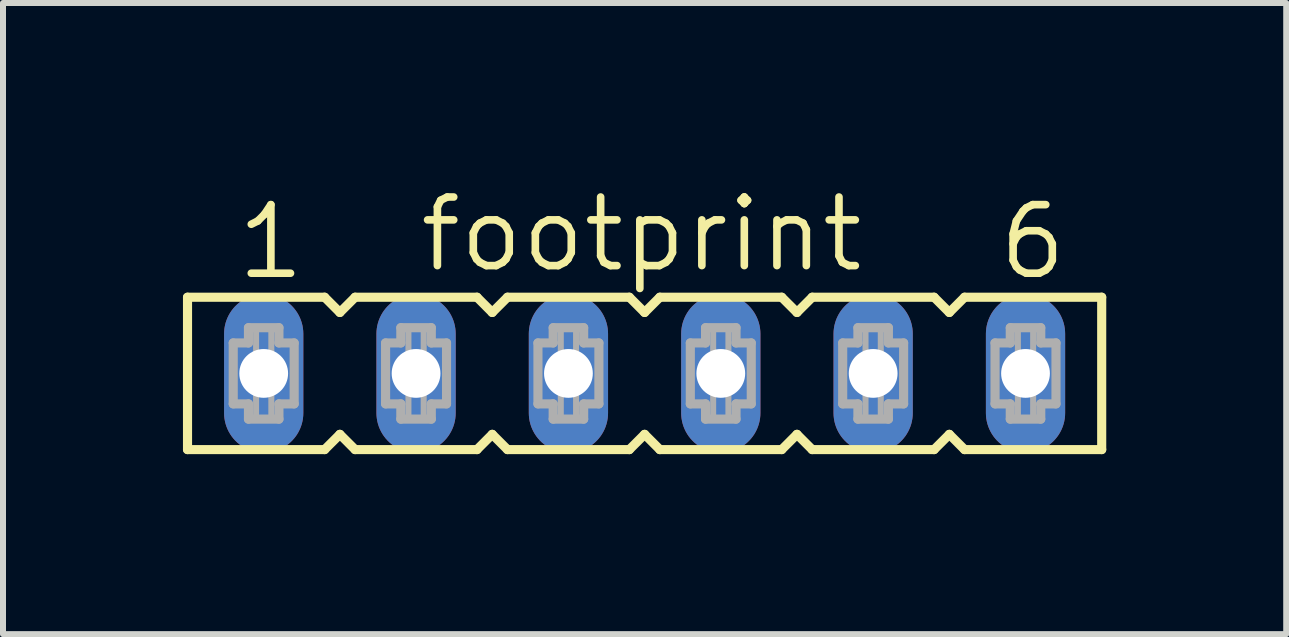
<source format=kicad_pcb>
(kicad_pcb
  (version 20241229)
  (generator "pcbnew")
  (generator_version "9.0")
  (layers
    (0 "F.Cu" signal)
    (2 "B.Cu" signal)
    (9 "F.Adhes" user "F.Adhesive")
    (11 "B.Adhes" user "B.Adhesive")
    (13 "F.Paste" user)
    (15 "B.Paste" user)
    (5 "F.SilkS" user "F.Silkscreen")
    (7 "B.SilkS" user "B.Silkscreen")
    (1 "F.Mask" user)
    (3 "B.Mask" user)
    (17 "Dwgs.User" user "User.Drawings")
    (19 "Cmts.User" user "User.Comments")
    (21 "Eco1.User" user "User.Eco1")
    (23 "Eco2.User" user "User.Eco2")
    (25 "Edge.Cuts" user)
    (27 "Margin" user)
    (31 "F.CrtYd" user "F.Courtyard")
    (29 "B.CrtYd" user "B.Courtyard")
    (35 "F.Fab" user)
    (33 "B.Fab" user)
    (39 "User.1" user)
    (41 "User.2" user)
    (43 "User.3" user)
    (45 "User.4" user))
  (footprint "footprint"
    (layer "F.Cu")
    (at 7.696 3.175)
    (property "Reference" "footprint" (at -3.81 -1.651 0) (layer "F.SilkS") (effects (font (size 1.143 1.143) (thickness 0.127)) (justify left bottom)))
    (fp_line (start -7.62 -1.27) (end -7.62 1.27) (stroke (width 0.152) (type solid)) (layer "F.SilkS"))
    (fp_line (start -7.62 1.27) (end -5.334 1.27) (stroke (width 0.152) (type solid)) (layer "F.SilkS"))
    (fp_line (start -5.334 -1.27) (end -7.62 -1.27) (stroke (width 0.152) (type solid)) (layer "F.SilkS"))
    (fp_line (start -5.334 1.27) (end -5.08 1.016) (stroke (width 0.152) (type solid)) (layer "F.SilkS"))
    (fp_line (start -5.08 -1.016) (end -5.334 -1.27) (stroke (width 0.152) (type solid)) (layer "F.SilkS"))
    (fp_line (start -5.08 1.016) (end -4.826 1.27) (stroke (width 0.152) (type solid)) (layer "F.SilkS"))
    (fp_line (start -4.826 -1.27) (end -5.08 -1.016) (stroke (width 0.152) (type solid)) (layer "F.SilkS"))
    (fp_line (start -4.826 1.27) (end -2.794 1.27) (stroke (width 0.152) (type solid)) (layer "F.SilkS"))
    (fp_line (start -2.794 -1.27) (end -4.826 -1.27) (stroke (width 0.152) (type solid)) (layer "F.SilkS"))
    (fp_line (start -2.794 1.27) (end -2.54 1.016) (stroke (width 0.152) (type solid)) (layer "F.SilkS"))
    (fp_line (start -2.54 -1.016) (end -2.794 -1.27) (stroke (width 0.152) (type solid)) (layer "F.SilkS"))
    (fp_line (start -2.54 1.016) (end -2.286 1.27) (stroke (width 0.152) (type solid)) (layer "F.SilkS"))
    (fp_line (start -2.286 -1.27) (end -2.54 -1.016) (stroke (width 0.152) (type solid)) (layer "F.SilkS"))
    (fp_line (start -2.286 1.27) (end -0.254 1.27) (stroke (width 0.152) (type solid)) (layer "F.SilkS"))
    (fp_line (start -0.254 -1.27) (end -2.286 -1.27) (stroke (width 0.152) (type solid)) (layer "F.SilkS"))
    (fp_line (start -0.254 1.27) (end 0 1.016) (stroke (width 0.152) (type solid)) (layer "F.SilkS"))
    (fp_line (start 0 -1.016) (end -0.254 -1.27) (stroke (width 0.152) (type solid)) (layer "F.SilkS"))
    (fp_line (start 0 1.016) (end 0.254 1.27) (stroke (width 0.152) (type solid)) (layer "F.SilkS"))
    (fp_line (start 0.254 -1.27) (end 0 -1.016) (stroke (width 0.152) (type solid)) (layer "F.SilkS"))
    (fp_line (start 0.254 1.27) (end 2.286 1.27) (stroke (width 0.152) (type solid)) (layer "F.SilkS"))
    (fp_line (start 2.286 -1.27) (end 0.254 -1.27) (stroke (width 0.152) (type solid)) (layer "F.SilkS"))
    (fp_line (start 2.286 1.27) (end 2.54 1.016) (stroke (width 0.152) (type solid)) (layer "F.SilkS"))
    (fp_line (start 2.54 -1.016) (end 2.286 -1.27) (stroke (width 0.152) (type solid)) (layer "F.SilkS"))
    (fp_line (start 2.54 1.016) (end 2.794 1.27) (stroke (width 0.152) (type solid)) (layer "F.SilkS"))
    (fp_line (start 2.794 -1.27) (end 2.54 -1.016) (stroke (width 0.152) (type solid)) (layer "F.SilkS"))
    (fp_line (start 2.794 1.27) (end 4.826 1.27) (stroke (width 0.152) (type solid)) (layer "F.SilkS"))
    (fp_line (start 4.826 -1.27) (end 2.794 -1.27) (stroke (width 0.152) (type solid)) (layer "F.SilkS"))
    (fp_line (start 4.826 1.27) (end 5.08 1.016) (stroke (width 0.152) (type solid)) (layer "F.SilkS"))
    (fp_line (start 5.08 -1.016) (end 4.826 -1.27) (stroke (width 0.152) (type solid)) (layer "F.SilkS"))
    (fp_line (start 5.08 1.016) (end 5.334 1.27) (stroke (width 0.152) (type solid)) (layer "F.SilkS"))
    (fp_line (start 5.334 -1.27) (end 5.08 -1.016) (stroke (width 0.152) (type solid)) (layer "F.SilkS"))
    (fp_line (start 5.334 1.27) (end 7.62 1.27) (stroke (width 0.152) (type solid)) (layer "F.SilkS"))
    (fp_line (start 7.62 -1.27) (end 5.334 -1.27) (stroke (width 0.152) (type solid)) (layer "F.SilkS"))
    (fp_line (start 7.62 1.27) (end 7.62 -1.27) (stroke (width 0.152) (type solid)) (layer "F.SilkS"))
    (fp_line (start -6.858 -0.508) (end -6.858 0.508) (stroke (width 0.152) (type solid)) (layer "F.Fab"))
    (fp_line (start -6.858 0.508) (end -6.604 0.508) (stroke (width 0.152) (type solid)) (layer "F.Fab"))
    (fp_line (start -6.604 -0.762) (end -6.604 -0.508) (stroke (width 0.152) (type solid)) (layer "F.Fab"))
    (fp_line (start -6.604 -0.508) (end -6.858 -0.508) (stroke (width 0.152) (type solid)) (layer "F.Fab"))
    (fp_line (start -6.604 0.508) (end -6.604 0.762) (stroke (width 0.152) (type solid)) (layer "F.Fab"))
    (fp_line (start -6.604 0.762) (end -6.096 0.762) (stroke (width 0.152) (type solid)) (layer "F.Fab"))
    (fp_line (start -6.096 -0.762) (end -6.604 -0.762) (stroke (width 0.152) (type solid)) (layer "F.Fab"))
    (fp_line (start -6.096 -0.508) (end -6.096 -0.762) (stroke (width 0.152) (type solid)) (layer "F.Fab"))
    (fp_line (start -6.096 0.508) (end -5.842 0.508) (stroke (width 0.152) (type solid)) (layer "F.Fab"))
    (fp_line (start -6.096 0.762) (end -6.096 0.508) (stroke (width 0.152) (type solid)) (layer "F.Fab"))
    (fp_line (start -5.842 -0.508) (end -6.096 -0.508) (stroke (width 0.152) (type solid)) (layer "F.Fab"))
    (fp_line (start -5.842 0.508) (end -5.842 -0.508) (stroke (width 0.152) (type solid)) (layer "F.Fab"))
    (fp_line (start -4.318 -0.508) (end -4.318 0.508) (stroke (width 0.152) (type solid)) (layer "F.Fab"))
    (fp_line (start -4.318 0.508) (end -4.064 0.508) (stroke (width 0.152) (type solid)) (layer "F.Fab"))
    (fp_line (start -4.064 -0.762) (end -4.064 -0.508) (stroke (width 0.152) (type solid)) (layer "F.Fab"))
    (fp_line (start -4.064 -0.508) (end -4.318 -0.508) (stroke (width 0.152) (type solid)) (layer "F.Fab"))
    (fp_line (start -4.064 0.508) (end -4.064 0.762) (stroke (width 0.152) (type solid)) (layer "F.Fab"))
    (fp_line (start -4.064 0.762) (end -3.556 0.762) (stroke (width 0.152) (type solid)) (layer "F.Fab"))
    (fp_line (start -3.556 -0.762) (end -4.064 -0.762) (stroke (width 0.152) (type solid)) (layer "F.Fab"))
    (fp_line (start -3.556 -0.508) (end -3.556 -0.762) (stroke (width 0.152) (type solid)) (layer "F.Fab"))
    (fp_line (start -3.556 0.508) (end -3.302 0.508) (stroke (width 0.152) (type solid)) (layer "F.Fab"))
    (fp_line (start -3.556 0.762) (end -3.556 0.508) (stroke (width 0.152) (type solid)) (layer "F.Fab"))
    (fp_line (start -3.302 -0.508) (end -3.556 -0.508) (stroke (width 0.152) (type solid)) (layer "F.Fab"))
    (fp_line (start -3.302 0.508) (end -3.302 -0.508) (stroke (width 0.152) (type solid)) (layer "F.Fab"))
    (fp_line (start -1.778 -0.508) (end -1.778 0.508) (stroke (width 0.152) (type solid)) (layer "F.Fab"))
    (fp_line (start -1.778 0.508) (end -1.524 0.508) (stroke (width 0.152) (type solid)) (layer "F.Fab"))
    (fp_line (start -1.524 -0.762) (end -1.524 -0.508) (stroke (width 0.152) (type solid)) (layer "F.Fab"))
    (fp_line (start -1.524 -0.508) (end -1.778 -0.508) (stroke (width 0.152) (type solid)) (layer "F.Fab"))
    (fp_line (start -1.524 0.508) (end -1.524 0.762) (stroke (width 0.152) (type solid)) (layer "F.Fab"))
    (fp_line (start -1.524 0.762) (end -1.016 0.762) (stroke (width 0.152) (type solid)) (layer "F.Fab"))
    (fp_line (start -1.016 -0.762) (end -1.524 -0.762) (stroke (width 0.152) (type solid)) (layer "F.Fab"))
    (fp_line (start -1.016 -0.508) (end -1.016 -0.762) (stroke (width 0.152) (type solid)) (layer "F.Fab"))
    (fp_line (start -1.016 0.508) (end -0.762 0.508) (stroke (width 0.152) (type solid)) (layer "F.Fab"))
    (fp_line (start -1.016 0.762) (end -1.016 0.508) (stroke (width 0.152) (type solid)) (layer "F.Fab"))
    (fp_line (start -0.762 -0.508) (end -1.016 -0.508) (stroke (width 0.152) (type solid)) (layer "F.Fab"))
    (fp_line (start -0.762 0.508) (end -0.762 -0.508) (stroke (width 0.152) (type solid)) (layer "F.Fab"))
    (fp_line (start 0.762 -0.508) (end 0.762 0.508) (stroke (width 0.152) (type solid)) (layer "F.Fab"))
    (fp_line (start 0.762 0.508) (end 1.016 0.508) (stroke (width 0.152) (type solid)) (layer "F.Fab"))
    (fp_line (start 1.016 -0.762) (end 1.016 -0.508) (stroke (width 0.152) (type solid)) (layer "F.Fab"))
    (fp_line (start 1.016 -0.508) (end 0.762 -0.508) (stroke (width 0.152) (type solid)) (layer "F.Fab"))
    (fp_line (start 1.016 0.508) (end 1.016 0.762) (stroke (width 0.152) (type solid)) (layer "F.Fab"))
    (fp_line (start 1.016 0.762) (end 1.524 0.762) (stroke (width 0.152) (type solid)) (layer "F.Fab"))
    (fp_line (start 1.524 -0.762) (end 1.016 -0.762) (stroke (width 0.152) (type solid)) (layer "F.Fab"))
    (fp_line (start 1.524 -0.508) (end 1.524 -0.762) (stroke (width 0.152) (type solid)) (layer "F.Fab"))
    (fp_line (start 1.524 0.508) (end 1.778 0.508) (stroke (width 0.152) (type solid)) (layer "F.Fab"))
    (fp_line (start 1.524 0.762) (end 1.524 0.508) (stroke (width 0.152) (type solid)) (layer "F.Fab"))
    (fp_line (start 1.778 -0.508) (end 1.524 -0.508) (stroke (width 0.152) (type solid)) (layer "F.Fab"))
    (fp_line (start 1.778 0.508) (end 1.778 -0.508) (stroke (width 0.152) (type solid)) (layer "F.Fab"))
    (fp_line (start 3.302 -0.508) (end 3.302 0.508) (stroke (width 0.152) (type solid)) (layer "F.Fab"))
    (fp_line (start 3.302 0.508) (end 3.556 0.508) (stroke (width 0.152) (type solid)) (layer "F.Fab"))
    (fp_line (start 3.556 -0.762) (end 3.556 -0.508) (stroke (width 0.152) (type solid)) (layer "F.Fab"))
    (fp_line (start 3.556 -0.508) (end 3.302 -0.508) (stroke (width 0.152) (type solid)) (layer "F.Fab"))
    (fp_line (start 3.556 0.508) (end 3.556 0.762) (stroke (width 0.152) (type solid)) (layer "F.Fab"))
    (fp_line (start 3.556 0.762) (end 4.064 0.762) (stroke (width 0.152) (type solid)) (layer "F.Fab"))
    (fp_line (start 4.064 -0.762) (end 3.556 -0.762) (stroke (width 0.152) (type solid)) (layer "F.Fab"))
    (fp_line (start 4.064 -0.508) (end 4.064 -0.762) (stroke (width 0.152) (type solid)) (layer "F.Fab"))
    (fp_line (start 4.064 0.508) (end 4.318 0.508) (stroke (width 0.152) (type solid)) (layer "F.Fab"))
    (fp_line (start 4.064 0.762) (end 4.064 0.508) (stroke (width 0.152) (type solid)) (layer "F.Fab"))
    (fp_line (start 4.318 -0.508) (end 4.064 -0.508) (stroke (width 0.152) (type solid)) (layer "F.Fab"))
    (fp_line (start 4.318 0.508) (end 4.318 -0.508) (stroke (width 0.152) (type solid)) (layer "F.Fab"))
    (fp_line (start 5.842 -0.508) (end 5.842 0.508) (stroke (width 0.152) (type solid)) (layer "F.Fab"))
    (fp_line (start 5.842 0.508) (end 6.096 0.508) (stroke (width 0.152) (type solid)) (layer "F.Fab"))
    (fp_line (start 6.096 -0.762) (end 6.096 -0.508) (stroke (width 0.152) (type solid)) (layer "F.Fab"))
    (fp_line (start 6.096 -0.508) (end 5.842 -0.508) (stroke (width 0.152) (type solid)) (layer "F.Fab"))
    (fp_line (start 6.096 0.508) (end 6.096 0.762) (stroke (width 0.152) (type solid)) (layer "F.Fab"))
    (fp_line (start 6.096 0.762) (end 6.604 0.762) (stroke (width 0.152) (type solid)) (layer "F.Fab"))
    (fp_line (start 6.604 -0.762) (end 6.096 -0.762) (stroke (width 0.152) (type solid)) (layer "F.Fab"))
    (fp_line (start 6.604 -0.508) (end 6.604 -0.762) (stroke (width 0.152) (type solid)) (layer "F.Fab"))
    (fp_line (start 6.604 0.508) (end 6.858 0.508) (stroke (width 0.152) (type solid)) (layer "F.Fab"))
    (fp_line (start 6.604 0.762) (end 6.604 0.508) (stroke (width 0.152) (type solid)) (layer "F.Fab"))
    (fp_line (start 6.858 -0.508) (end 6.604 -0.508) (stroke (width 0.152) (type solid)) (layer "F.Fab"))
    (fp_line (start 6.858 0.508) (end 6.858 -0.508) (stroke (width 0.152) (type solid)) (layer "F.Fab"))
    (fp_poly (pts (xy -6.477 -0.254) (xy -6.223 -0.254) (xy -6.223 -0.762) (xy -6.477 -0.762)) (stroke (width 0.1) (type solid)) (fill no) (layer "F.Fab"))
    (fp_poly (pts (xy -6.477 0.762) (xy -6.223 0.762) (xy -6.223 0.254) (xy -6.477 0.254)) (stroke (width 0.1) (type solid)) (fill no) (layer "F.Fab"))
    (fp_poly (pts (xy -3.937 -0.254) (xy -3.683 -0.254) (xy -3.683 -0.762) (xy -3.937 -0.762)) (stroke (width 0.1) (type solid)) (fill no) (layer "F.Fab"))
    (fp_poly (pts (xy -3.937 0.762) (xy -3.683 0.762) (xy -3.683 0.254) (xy -3.937 0.254)) (stroke (width 0.1) (type solid)) (fill no) (layer "F.Fab"))
    (fp_poly (pts (xy -1.397 -0.254) (xy -1.143 -0.254) (xy -1.143 -0.762) (xy -1.397 -0.762)) (stroke (width 0.1) (type solid)) (fill no) (layer "F.Fab"))
    (fp_poly (pts (xy -1.397 0.762) (xy -1.143 0.762) (xy -1.143 0.254) (xy -1.397 0.254)) (stroke (width 0.1) (type solid)) (fill no) (layer "F.Fab"))
    (fp_poly (pts (xy 1.143 -0.254) (xy 1.397 -0.254) (xy 1.397 -0.762) (xy 1.143 -0.762)) (stroke (width 0.1) (type solid)) (fill no) (layer "F.Fab"))
    (fp_poly (pts (xy 1.143 0.762) (xy 1.397 0.762) (xy 1.397 0.254) (xy 1.143 0.254)) (stroke (width 0.1) (type solid)) (fill no) (layer "F.Fab"))
    (fp_poly (pts (xy 3.683 -0.254) (xy 3.937 -0.254) (xy 3.937 -0.762) (xy 3.683 -0.762)) (stroke (width 0.1) (type solid)) (fill no) (layer "F.Fab"))
    (fp_poly (pts (xy 3.683 0.762) (xy 3.937 0.762) (xy 3.937 0.254) (xy 3.683 0.254)) (stroke (width 0.1) (type solid)) (fill no) (layer "F.Fab"))
    (fp_poly (pts (xy 6.223 -0.254) (xy 6.477 -0.254) (xy 6.477 -0.762) (xy 6.223 -0.762)) (stroke (width 0.1) (type solid)) (fill no) (layer "F.Fab"))
    (fp_poly (pts (xy 6.223 0.762) (xy 6.477 0.762) (xy 6.477 0.254) (xy 6.223 0.254)) (stroke (width 0.1) (type solid)) (fill no) (layer "F.Fab"))
    (fp_text user "6" (at 5.842 -1.524 0) (layer "F.SilkS") (effects (font (size 1.143 1.143) (thickness 0.127)) (justify left bottom)))
    (fp_text user "1" (at -6.858 -1.524 0) (layer "F.SilkS") (effects (font (size 1.143 1.143) (thickness 0.127)) (justify left bottom)))
    (pad "1" thru_hole oval (at -6.35 0 90) (size 2.642 1.321) (drill 0.813) (layers "*.Cu" "*.Mask"))
    (pad "2" thru_hole oval (at -3.81 0 90) (size 2.642 1.321) (drill 0.813) (layers "*.Cu" "*.Mask"))
    (pad "3" thru_hole oval (at -1.27 0 90) (size 2.642 1.321) (drill 0.813) (layers "*.Cu" "*.Mask"))
    (pad "4" thru_hole oval (at 1.27 0 90) (size 2.642 1.321) (drill 0.813) (layers "*.Cu" "*.Mask"))
    (pad "5" thru_hole oval (at 3.81 0 90) (size 2.642 1.321) (drill 0.813) (layers "*.Cu" "*.Mask"))
    (pad "6" thru_hole oval (at 6.35 0 90) (size 2.642 1.321) (drill 0.813) (layers "*.Cu" "*.Mask")))
  (gr_rect
    (start -3 -3)
    (end 18.392 7.521)
    (stroke (width 0.1) (type default))
    (fill no)
    (layer "Edge.Cuts")))
</source>
